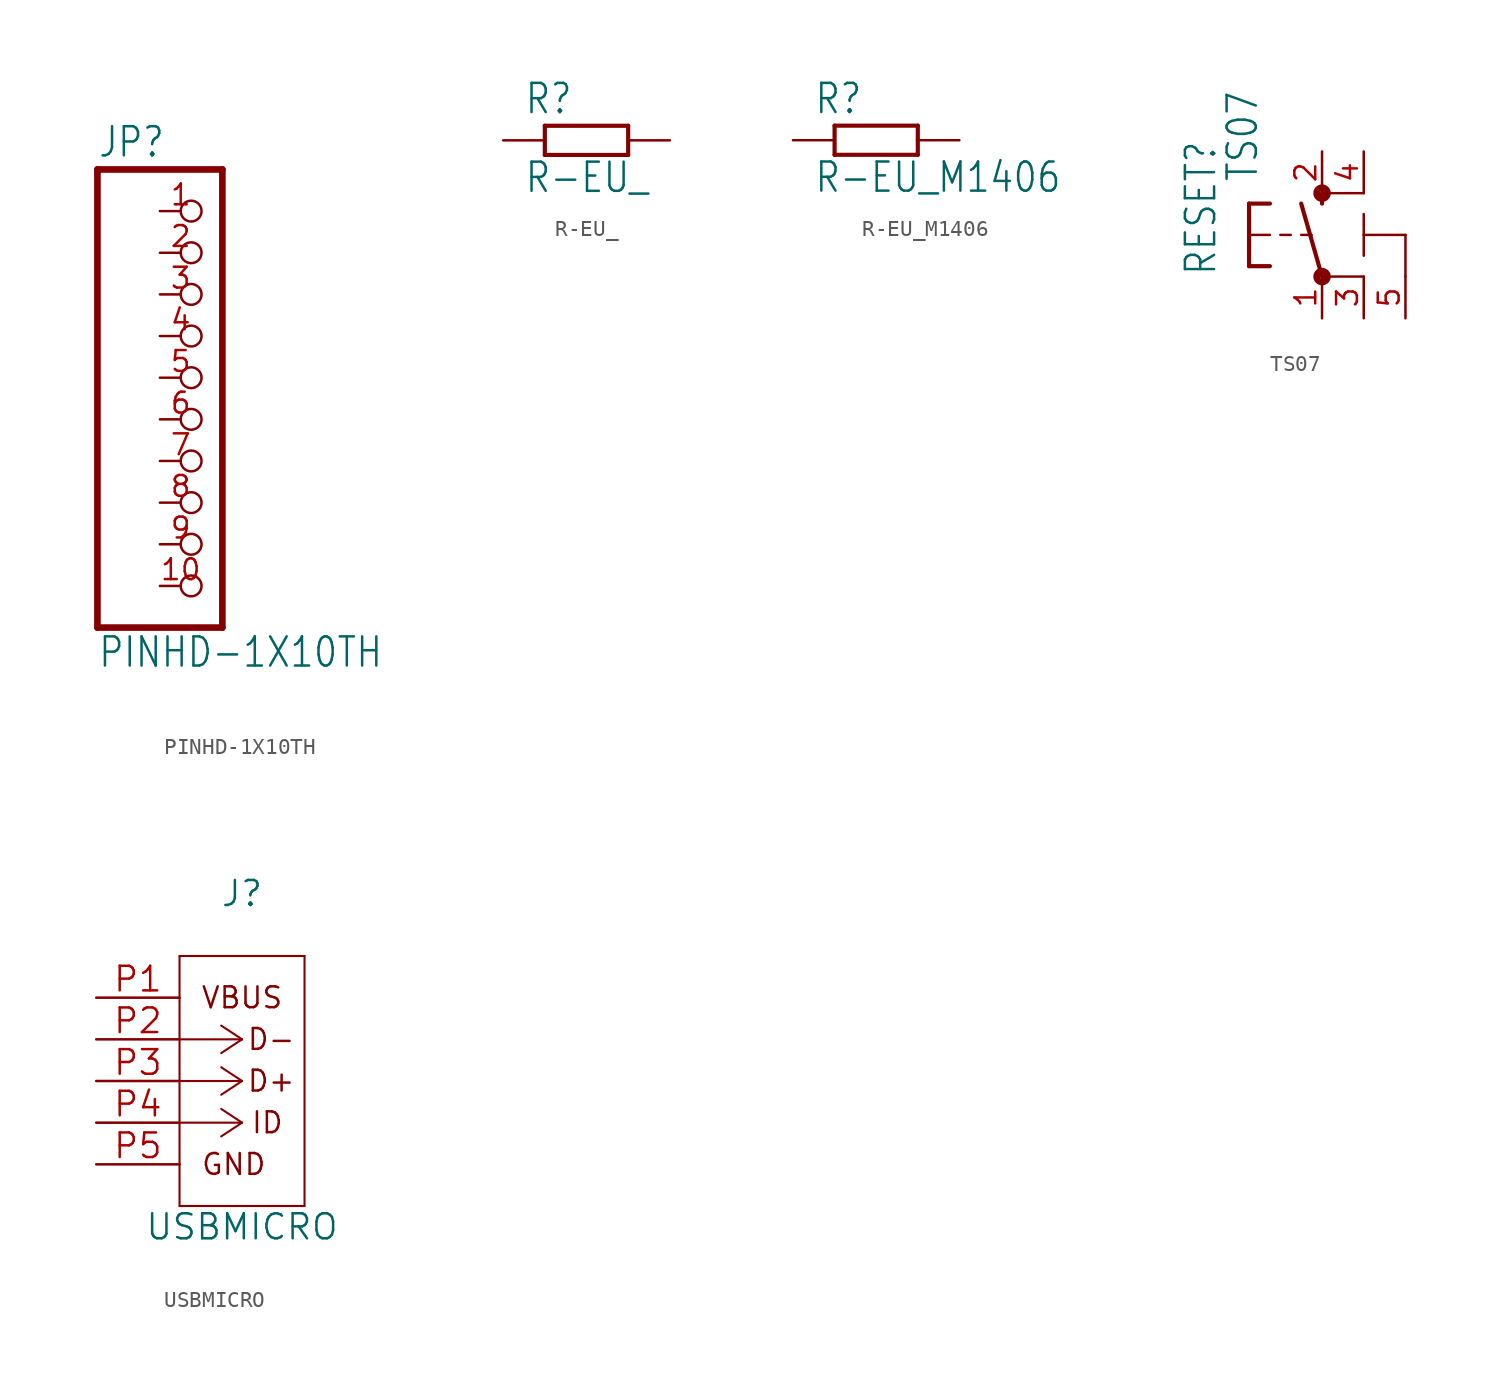
<source format=kicad_sym>
(kicad_symbol_lib
  (version 20211014)
  (generator kicad_symbol_editor)
  (symbol "PINHD-1X10TH"
    (property "Reference" "JP"
      (at -6.35 13.335 0)
      (effects (font (size 1.778 1.511)) (justify left bottom)))
    (property "Value" "PINHD-1X10TH"
      (at -6.35 -17.78 0)
      (effects (font (size 1.778 1.511)) (justify left bottom)))
    (property "ki_locked" ""
      (at 0 0 0)
      (effects (font (size 1.27 1.27))))
    (symbol "PINHD-1X10TH_1_0"
      (polyline (pts (xy -6.35 -15.24) (xy 1.27 -15.24)) (stroke (width 0.406) (type default) (color 0 0 0 0)) (fill (type none)))
      (polyline (pts (xy -6.35 12.7) (xy -6.35 -15.24)) (stroke (width 0.406) (type default) (color 0 0 0 0)) (fill (type none)))
      (polyline (pts (xy 1.27 -15.24) (xy 1.27 12.7)) (stroke (width 0.406) (type default) (color 0 0 0 0)) (fill (type none)))
      (polyline (pts (xy 1.27 12.7) (xy -6.35 12.7)) (stroke (width 0.406) (type default) (color 0 0 0 0)) (fill (type none)))
      (pin passive inverted (at -2.54 10.16 0) (length 2.54) (name "1" (effects (font (size 0 0)))) (number "1" (effects (font (size 1.27 1.27)))))
      (pin passive inverted (at -2.54 -12.7 0) (length 2.54) (name "10" (effects (font (size 0 0)))) (number "10" (effects (font (size 1.27 1.27)))))
      (pin passive inverted (at -2.54 7.62 0) (length 2.54) (name "2" (effects (font (size 0 0)))) (number "2" (effects (font (size 1.27 1.27)))))
      (pin passive inverted (at -2.54 5.08 0) (length 2.54) (name "3" (effects (font (size 0 0)))) (number "3" (effects (font (size 1.27 1.27)))))
      (pin passive inverted (at -2.54 2.54 0) (length 2.54) (name "4" (effects (font (size 0 0)))) (number "4" (effects (font (size 1.27 1.27)))))
      (pin passive inverted (at -2.54 0 0) (length 2.54) (name "5" (effects (font (size 0 0)))) (number "5" (effects (font (size 1.27 1.27)))))
      (pin passive inverted (at -2.54 -2.54 0) (length 2.54) (name "6" (effects (font (size 0 0)))) (number "6" (effects (font (size 1.27 1.27)))))
      (pin passive inverted (at -2.54 -5.08 0) (length 2.54) (name "7" (effects (font (size 0 0)))) (number "7" (effects (font (size 1.27 1.27)))))
      (pin passive inverted (at -2.54 -7.62 0) (length 2.54) (name "8" (effects (font (size 0 0)))) (number "8" (effects (font (size 1.27 1.27)))))
      (pin passive inverted (at -2.54 -10.16 0) (length 2.54) (name "9" (effects (font (size 0 0)))) (number "9" (effects (font (size 1.27 1.27)))))))
  (symbol "R-EU_"
    (property "Reference" "R"
      (at -3.81 1.499 0)
      (effects (font (size 1.778 1.511)) (justify left bottom)))
    (property "Value" "R-EU_"
      (at -3.81 -3.302 0)
      (effects (font (size 1.778 1.511)) (justify left bottom)))
    (property "ki_locked" ""
      (at 0 0 0)
      (effects (font (size 1.27 1.27))))
    (symbol "R-EU__1_0"
      (polyline (pts (xy -2.54 -0.889) (xy -2.54 0.889)) (stroke (width 0.254) (type default) (color 0 0 0 0)) (fill (type none)))
      (polyline (pts (xy -2.54 -0.889) (xy 2.54 -0.889)) (stroke (width 0.254) (type default) (color 0 0 0 0)) (fill (type none)))
      (polyline (pts (xy 2.54 -0.889) (xy 2.54 0.889)) (stroke (width 0.254) (type default) (color 0 0 0 0)) (fill (type none)))
      (polyline (pts (xy 2.54 0.889) (xy -2.54 0.889)) (stroke (width 0.254) (type default) (color 0 0 0 0)) (fill (type none)))
      (pin passive line (at -5.08 0 0) (length 2.54) (name "1" (effects (font (size 0 0)))) (number "1" (effects (font (size 0 0)))))
      (pin passive line (at 5.08 0 180) (length 2.54) (name "2" (effects (font (size 0 0)))) (number "2" (effects (font (size 0 0)))))))
  (symbol "R-EU_M1406"
    (property "Reference" "R"
      (at -3.81 1.499 0)
      (effects (font (size 1.778 1.511)) (justify left bottom)))
    (property "Value" "R-EU_M1406"
      (at -3.81 -3.302 0)
      (effects (font (size 1.778 1.511)) (justify left bottom)))
    (property "ki_locked" ""
      (at 0 0 0)
      (effects (font (size 1.27 1.27))))
    (symbol "R-EU_M1406_1_0"
      (polyline (pts (xy -2.54 -0.889) (xy -2.54 0.889)) (stroke (width 0.254) (type default) (color 0 0 0 0)) (fill (type none)))
      (polyline (pts (xy -2.54 -0.889) (xy 2.54 -0.889)) (stroke (width 0.254) (type default) (color 0 0 0 0)) (fill (type none)))
      (polyline (pts (xy 2.54 -0.889) (xy 2.54 0.889)) (stroke (width 0.254) (type default) (color 0 0 0 0)) (fill (type none)))
      (polyline (pts (xy 2.54 0.889) (xy -2.54 0.889)) (stroke (width 0.254) (type default) (color 0 0 0 0)) (fill (type none)))
      (pin passive line (at -5.08 0 0) (length 2.54) (name "1" (effects (font (size 0 0)))) (number "1" (effects (font (size 0 0)))))
      (pin passive line (at 5.08 0 180) (length 2.54) (name "2" (effects (font (size 0 0)))) (number "2" (effects (font (size 0 0)))))))
  (symbol "TS07"
    (property "Reference" "RESET"
      (at -6.35 -2.54 90)
      (effects (font (size 1.778 1.511)) (justify left bottom)))
    (property "Value" "TS07"
      (at -3.81 3.175 90)
      (effects (font (size 1.778 1.511)) (justify left bottom)))
    (symbol "TS07_1_0"
      (circle (center 0 -2.54) (radius 0.127) (stroke (width 0.406) (type default) (color 0 0 0 0)) (fill (type none)))
      (polyline (pts (xy -4.445 -1.905) (xy -3.175 -1.905)) (stroke (width 0.254) (type default) (color 0 0 0 0)) (fill (type none)))
      (polyline (pts (xy -4.445 0) (xy -4.445 -1.905)) (stroke (width 0.254) (type default) (color 0 0 0 0)) (fill (type none)))
      (polyline (pts (xy -4.445 0) (xy -3.175 0)) (stroke (width 0.152) (type default) (color 0 0 0 0)) (fill (type none)))
      (polyline (pts (xy -4.445 1.905) (xy -4.445 0)) (stroke (width 0.254) (type default) (color 0 0 0 0)) (fill (type none)))
      (polyline (pts (xy -4.445 1.905) (xy -3.175 1.905)) (stroke (width 0.254) (type default) (color 0 0 0 0)) (fill (type none)))
      (polyline (pts (xy -2.54 0) (xy -1.905 0)) (stroke (width 0.152) (type default) (color 0 0 0 0)) (fill (type none)))
      (polyline (pts (xy -1.27 0) (xy -0.635 0)) (stroke (width 0.152) (type default) (color 0 0 0 0)) (fill (type none)))
      (polyline (pts (xy 0 -2.54) (xy -1.27 1.905)) (stroke (width 0.254) (type default) (color 0 0 0 0)) (fill (type none)))
      (polyline (pts (xy 0 1.905) (xy 0 2.54)) (stroke (width 0.254) (type default) (color 0 0 0 0)) (fill (type none)))
      (polyline (pts (xy 2.54 -2.54) (xy 0 -2.54)) (stroke (width 0.152) (type default) (color 0 0 0 0)) (fill (type none)))
      (polyline (pts (xy 2.54 0) (xy 2.54 -1.27)) (stroke (width 0.152) (type default) (color 0 0 0 0)) (fill (type none)))
      (polyline (pts (xy 2.54 0) (xy 2.54 1.27)) (stroke (width 0.152) (type default) (color 0 0 0 0)) (fill (type none)))
      (polyline (pts (xy 2.54 2.54) (xy 0 2.54)) (stroke (width 0.152) (type default) (color 0 0 0 0)) (fill (type none)))
      (polyline (pts (xy 5.08 -2.54) (xy 5.08 0)) (stroke (width 0.152) (type default) (color 0 0 0 0)) (fill (type none)))
      (polyline (pts (xy 5.08 0) (xy 2.54 0)) (stroke (width 0.152) (type default) (color 0 0 0 0)) (fill (type none)))
      (circle (center 0 2.54) (radius 0.127) (stroke (width 0.406) (type default) (color 0 0 0 0)) (fill (type none)))
      (pin passive line (at 0 -5.08 90) (length 2.54) (name "1" (effects (font (size 0 0)))) (number "1" (effects (font (size 1.27 1.27)))))
      (pin passive line (at 0 5.08 270) (length 2.54) (name "2" (effects (font (size 0 0)))) (number "2" (effects (font (size 1.27 1.27)))))
      (pin passive line (at 2.54 -5.08 90) (length 2.54) (name "3" (effects (font (size 0 0)))) (number "3" (effects (font (size 1.27 1.27)))))
      (pin passive line (at 2.54 5.08 270) (length 2.54) (name "4" (effects (font (size 0 0)))) (number "4" (effects (font (size 1.27 1.27)))))
      (pin power_in line (at 5.08 -5.08 90) (length 2.54) (name "5-GND" (effects (font (size 0 0)))) (number "5" (effects (font (size 1.27 1.27)))))))
  (symbol "USBMICRO"
    (pin_names
      (offset 0.254) hide)
    (property "Reference" "J"
      (at 8.89 6.35 0)
      (effects (font (size 1.524 1.524))))
    (property "Value" "USBMICRO"
      (at 8.89 -13.97 0)
      (effects (font (size 1.524 1.524))))
    (property "Datasheet" ""
      (at 0 0 0)
      (effects (font (size 1.524 1.524))))
    (symbol "USBMICRO_0_0"
      (text "D+" (at 10.668 -5.08 0) (effects (font (size 1.27 1.27))))
      (text "D-" (at 10.668 -2.54 0) (effects (font (size 1.27 1.27))))
      (text "GND" (at 6.35 -10.16 0) (effects (font (size 1.27 1.27)) (justify left)))
      (text "ID" (at 9.398 -7.62 0) (effects (font (size 1.27 1.27)) (justify left)))
      (text "VBUS" (at 8.89 0 0) (effects (font (size 1.27 1.27)))))
    (symbol "USBMICRO_1_1"
      (polyline (pts (xy 5.08 -12.7) (xy 12.7 -12.7)) (stroke (width 0.127) (type default) (color 0 0 0 0)) (fill (type none)))
      (polyline (pts (xy 5.08 2.54) (xy 5.08 -12.7)) (stroke (width 0.127) (type default) (color 0 0 0 0)) (fill (type none)))
      (polyline (pts (xy 8.89 -7.62) (xy 5.08 -7.62)) (stroke (width 0.127) (type default) (color 0 0 0 0)) (fill (type none)))
      (polyline (pts (xy 8.89 -7.62) (xy 7.62 -8.458)) (stroke (width 0.127) (type default) (color 0 0 0 0)) (fill (type none)))
      (polyline (pts (xy 8.89 -7.62) (xy 7.62 -6.782)) (stroke (width 0.127) (type default) (color 0 0 0 0)) (fill (type none)))
      (polyline (pts (xy 8.89 -5.08) (xy 5.08 -5.08)) (stroke (width 0.127) (type default) (color 0 0 0 0)) (fill (type none)))
      (polyline (pts (xy 8.89 -5.08) (xy 7.62 -5.918)) (stroke (width 0.127) (type default) (color 0 0 0 0)) (fill (type none)))
      (polyline (pts (xy 8.89 -5.08) (xy 7.62 -4.242)) (stroke (width 0.127) (type default) (color 0 0 0 0)) (fill (type none)))
      (polyline (pts (xy 8.89 -2.54) (xy 5.08 -2.54)) (stroke (width 0.127) (type default) (color 0 0 0 0)) (fill (type none)))
      (polyline (pts (xy 8.89 -2.54) (xy 7.62 -3.378)) (stroke (width 0.127) (type default) (color 0 0 0 0)) (fill (type none)))
      (polyline (pts (xy 8.89 -2.54) (xy 7.62 -1.702)) (stroke (width 0.127) (type default) (color 0 0 0 0)) (fill (type none)))
      (polyline (pts (xy 12.7 -12.7) (xy 12.7 2.54)) (stroke (width 0.127) (type default) (color 0 0 0 0)) (fill (type none)))
      (polyline (pts (xy 12.7 2.54) (xy 5.08 2.54)) (stroke (width 0.127) (type default) (color 0 0 0 0)) (fill (type none)))
      (pin power_in line (at 0 0 0) (length 5.08) (name "VBUS" (effects (font (size 1.499 1.499)))) (number "P1" (effects (font (size 1.499 1.499)))))
      (pin bidirectional line (at 0 -2.54 0) (length 5.08) (name "D-" (effects (font (size 1.499 1.499)))) (number "P2" (effects (font (size 1.499 1.499)))))
      (pin bidirectional line (at 0 -5.08 0) (length 5.08) (name "D+" (effects (font (size 1.499 1.499)))) (number "P3" (effects (font (size 1.499 1.499)))))
      (pin bidirectional line (at 0 -7.62 0) (length 5.08) (name "ID" (effects (font (size 1.499 1.499)))) (number "P4" (effects (font (size 1.499 1.499)))))
      (pin passive line (at 0 -10.16 0) (length 5.08) (name "GND" (effects (font (size 1.499 1.499)))) (number "P5" (effects (font (size 1.499 1.499))))))))
</source>
